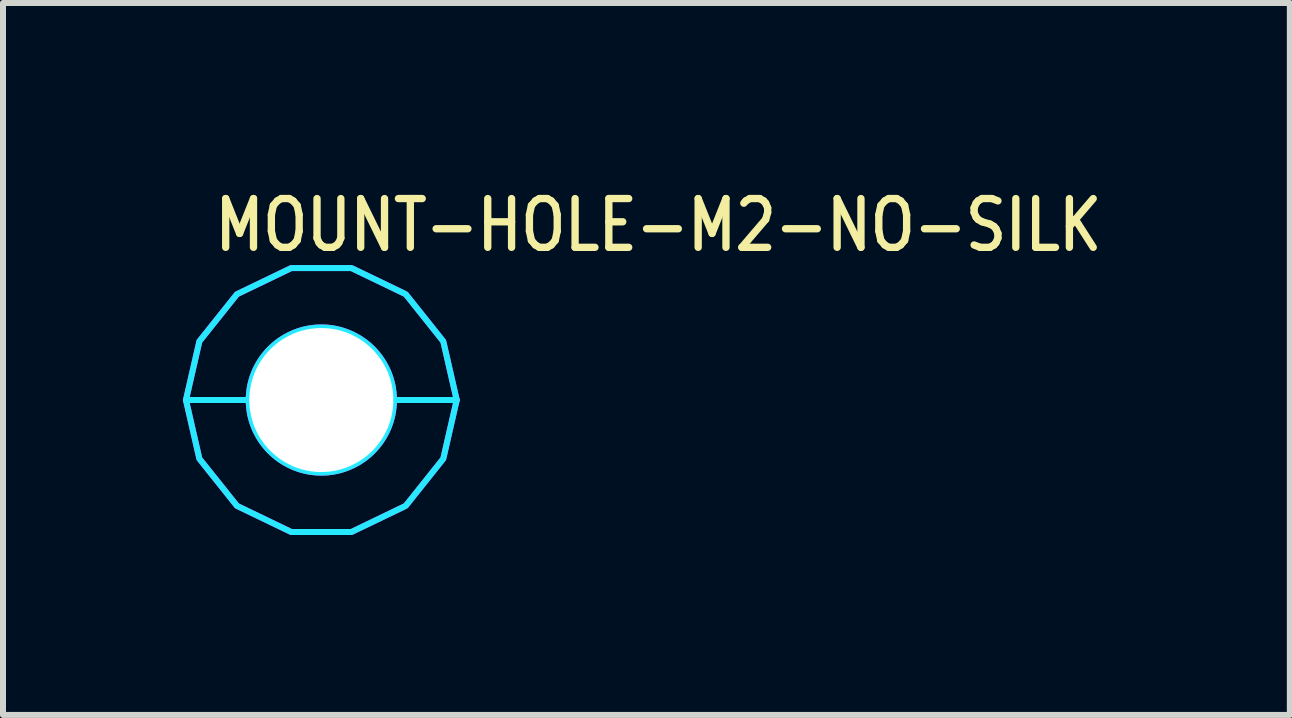
<source format=kicad_pcb>
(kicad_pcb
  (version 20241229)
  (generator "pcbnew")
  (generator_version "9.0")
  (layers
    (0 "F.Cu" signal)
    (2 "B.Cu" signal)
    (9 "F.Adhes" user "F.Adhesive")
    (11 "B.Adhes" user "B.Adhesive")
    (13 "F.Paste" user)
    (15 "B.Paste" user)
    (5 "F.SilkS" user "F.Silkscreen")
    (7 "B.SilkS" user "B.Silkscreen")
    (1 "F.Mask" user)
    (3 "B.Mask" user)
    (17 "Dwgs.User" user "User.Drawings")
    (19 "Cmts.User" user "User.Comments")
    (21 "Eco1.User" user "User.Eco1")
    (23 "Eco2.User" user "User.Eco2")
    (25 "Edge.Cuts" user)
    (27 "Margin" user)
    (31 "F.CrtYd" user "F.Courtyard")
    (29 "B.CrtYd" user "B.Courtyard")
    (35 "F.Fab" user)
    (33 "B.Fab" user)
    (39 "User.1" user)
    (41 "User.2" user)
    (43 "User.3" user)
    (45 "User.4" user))
  (footprint "MOUNT-HOLE-M2-NO-SILK"
    (layer "F.Cu")
    (at 2.307 3.619)
    (property "Reference" "MOUNT-HOLE-M2-NO-SILK" (at -1.84 -2.44 0) (unlocked yes) (layer "F.SilkS") (effects (font (size 0.813 0.695) (thickness 0.122)) (justify left bottom)))
    (fp_circle (center 0 0) (end 2.1 0) (stroke (width 0) (type solid)) (fill yes) (layer "F.Mask"))
    (fp_circle (center 0 0) (end 2.2 0) (stroke (width 0) (type solid)) (fill yes) (layer "F.Mask"))
    (fp_circle (center 0 0) (end 2.2 0) (stroke (width 0) (type solid)) (fill yes) (layer "F.Mask"))
    (fp_circle (center 0 0) (end 2.1 0) (stroke (width 0) (type solid)) (fill yes) (layer "B.Mask"))
    (fp_circle (center 0 0) (end 2.2 0) (stroke (width 0) (type solid)) (fill yes) (layer "B.Mask"))
    (fp_poly (pts (xy -2.257 0) (xy -2.033 -0.979) (xy -1.407 -1.764) (xy -0.502 -2.2) (xy 0.502 -2.2) (xy 1.407 -1.764) (xy 2.033 -0.979) (xy 2.257 0) (xy 1.21 0) (xy 1.21 -0.000078) (xy 1.21 -0.019) (xy 1.21 -0.019) (xy 1.209 -0.038) (xy 1.209 -0.038) (xy 1.209 -0.057) (xy 1.209 -0.057) (xy 1.208 -0.076) (xy 1.208 -0.076) (xy 1.206 -0.095) (xy 1.206 -0.095) (xy 1.205 -0.114) (xy 1.205 -0.114) (xy 1.203 -0.133) (xy 1.203 -0.133) (xy 1.2 -0.152) (xy 1.2 -0.152) (xy 1.198 -0.17) (xy 1.198 -0.171) (xy 1.195 -0.189) (xy 1.195 -0.189) (xy 1.192 -0.208) (xy 1.192 -0.208) (xy 1.189 -0.227) (xy 1.189 -0.227) (xy 1.185 -0.245) (xy 1.185 -0.245) (xy 1.181 -0.264) (xy 1.181 -0.264) (xy 1.177 -0.282) (xy 1.177 -0.283) (xy 1.172 -0.301) (xy 1.172 -0.301) (xy 1.167 -0.319) (xy 1.167 -0.319) (xy 1.162 -0.338) (xy 1.162 -0.338) (xy 1.157 -0.356) (xy 1.156 -0.356) (xy 1.151 -0.374) (xy 1.151 -0.374) (xy 1.145 -0.392) (xy 1.145 -0.392) (xy 1.138 -0.41) (xy 1.138 -0.41) (xy 1.132 -0.428) (xy 1.132 -0.428) (xy 1.125 -0.445) (xy 1.125 -0.446) (xy 1.118 -0.463) (xy 1.118 -0.463) (xy 1.111 -0.48) (xy 1.11 -0.481) (xy 1.103 -0.498) (xy 1.103 -0.498) (xy 1.095 -0.515) (xy 1.095 -0.515) (xy 1.087 -0.532) (xy 1.087 -0.532) (xy 1.078 -0.549) (xy 1.078 -0.549) (xy 1.069 -0.566) (xy 1.069 -0.566) (xy 1.06 -0.583) (xy 1.06 -0.583) (xy 1.051 -0.599) (xy 1.051 -0.6) (xy 1.042 -0.616) (xy 1.041 -0.616) (xy 1.032 -0.632) (xy 1.032 -0.632) (xy 1.022 -0.648) (xy 1.022 -0.648) (xy 1.011 -0.664) (xy 1.011 -0.664) (xy 1.001 -0.68) (xy 1.001 -0.68) (xy 0.99 -0.696) (xy 0.99 -0.696) (xy 0.979 -0.711) (xy 0.979 -0.711) (xy 0.968 -0.726) (xy 0.968 -0.727) (xy 0.956 -0.742) (xy 0.956 -0.742) (xy 0.944 -0.756) (xy 0.944 -0.757) (xy 0.932 -0.771) (xy 0.932 -0.771) (xy 0.92 -0.786) (xy 0.92 -0.786) (xy 0.908 -0.8) (xy 0.908 -0.8) (xy 0.895 -0.814) (xy 0.895 -0.814) (xy 0.882 -0.828) (xy 0.882 -0.828) (xy 0.869 -0.842) (xy 0.869 -0.842) (xy 0.856 -0.856) (xy 0.856 -0.856) (xy 0.842 -0.869) (xy 0.842 -0.869) (xy 0.828 -0.882) (xy 0.828 -0.882) (xy 0.814 -0.895) (xy 0.814 -0.895) (xy 0.8 -0.908) (xy 0.8 -0.908) (xy 0.786 -0.92) (xy 0.786 -0.92) (xy 0.771 -0.932) (xy 0.771 -0.932) (xy 0.757 -0.944) (xy 0.756 -0.944) (xy 0.742 -0.956) (xy 0.742 -0.956) (xy 0.727 -0.968) (xy 0.726 -0.968) (xy 0.711 -0.979) (xy 0.711 -0.979) (xy 0.696 -0.99) (xy 0.696 -0.99) (xy 0.68 -1.001) (xy 0.68 -1.001) (xy 0.664 -1.011) (xy 0.664 -1.011) (xy 0.648 -1.022) (xy 0.648 -1.022) (xy 0.632 -1.032) (xy 0.632 -1.032) (xy 0.616 -1.041) (xy 0.616 -1.042) (xy 0.6 -1.051) (xy 0.599 -1.051) (xy 0.583 -1.06) (xy 0.583 -1.06) (xy 0.566 -1.069) (xy 0.566 -1.069) (xy 0.549 -1.078) (xy 0.549 -1.078) (xy 0.532 -1.087) (xy 0.532 -1.087) (xy 0.515 -1.095) (xy 0.515 -1.095) (xy 0.498 -1.103) (xy 0.498 -1.103) (xy 0.481 -1.11) (xy 0.48 -1.111) (xy 0.463 -1.118) (xy 0.463 -1.118) (xy 0.446 -1.125) (xy 0.445 -1.125) (xy 0.428 -1.132) (xy 0.428 -1.132) (xy 0.41 -1.138) (xy 0.41 -1.138) (xy 0.392 -1.145) (xy 0.392 -1.145) (xy 0.374 -1.151) (xy 0.374 -1.151) (xy 0.356 -1.156) (xy 0.356 -1.157) (xy 0.338 -1.162) (xy 0.338 -1.162) (xy 0.319 -1.167) (xy 0.319 -1.167) (xy 0.301 -1.172) (xy 0.301 -1.172) (xy 0.283 -1.177) (xy 0.282 -1.177) (xy 0.264 -1.181) (xy 0.264 -1.181) (xy 0.245 -1.185) (xy 0.245 -1.185) (xy 0.227 -1.189) (xy 0.227 -1.189) (xy 0.208 -1.192) (xy 0.208 -1.192) (xy 0.189 -1.195) (xy 0.189 -1.195) (xy 0.171 -1.198) (xy 0.17 -1.198) (xy 0.152 -1.2) (xy 0.152 -1.2) (xy 0.133 -1.203) (xy 0.133 -1.203) (xy 0.114 -1.205) (xy 0.114 -1.205) (xy 0.095 -1.206) (xy 0.095 -1.206) (xy 0.076 -1.208) (xy 0.076 -1.208) (xy 0.057 -1.209) (xy 0.057 -1.209) (xy 0.038 -1.209) (xy 0.038 -1.209) (xy 0.019 -1.21) (xy 0.019 -1.21) (xy 0.000078 -1.21) (xy -0.000078 -1.21) (xy -0.019 -1.21) (xy -0.019 -1.21) (xy -0.038 -1.209) (xy -0.038 -1.209) (xy -0.057 -1.209) (xy -0.057 -1.209) (xy -0.076 -1.208) (xy -0.076 -1.208) (xy -0.095 -1.206) (xy -0.095 -1.206) (xy -0.114 -1.205) (xy -0.114 -1.205) (xy -0.133 -1.203) (xy -0.133 -1.203) (xy -0.152 -1.2) (xy -0.152 -1.2) (xy -0.17 -1.198) (xy -0.171 -1.198) (xy -0.189 -1.195) (xy -0.189 -1.195) (xy -0.208 -1.192) (xy -0.208 -1.192) (xy -0.227 -1.189) (xy -0.227 -1.189) (xy -0.245 -1.185) (xy -0.245 -1.185) (xy -0.264 -1.181) (xy -0.264 -1.181) (xy -0.282 -1.177) (xy -0.283 -1.177) (xy -0.301 -1.172) (xy -0.301 -1.172) (xy -0.319 -1.167) (xy -0.319 -1.167) (xy -0.338 -1.162) (xy -0.338 -1.162) (xy -0.356 -1.157) (xy -0.356 -1.156) (xy -0.374 -1.151) (xy -0.374 -1.151) (xy -0.392 -1.145) (xy -0.392 -1.145) (xy -0.41 -1.138) (xy -0.41 -1.138) (xy -0.428 -1.132) (xy -0.428 -1.132) (xy -0.445 -1.125) (xy -0.446 -1.125) (xy -0.463 -1.118) (xy -0.463 -1.118) (xy -0.48 -1.111) (xy -0.481 -1.11) (xy -0.498 -1.103) (xy -0.498 -1.103) (xy -0.515 -1.095) (xy -0.515 -1.095) (xy -0.532 -1.087) (xy -0.532 -1.087) (xy -0.549 -1.078) (xy -0.549 -1.078) (xy -0.566 -1.069) (xy -0.566 -1.069) (xy -0.583 -1.06) (xy -0.583 -1.06) (xy -0.599 -1.051) (xy -0.6 -1.051) (xy -0.616 -1.042) (xy -0.616 -1.041) (xy -0.632 -1.032) (xy -0.632 -1.032) (xy -0.648 -1.022) (xy -0.648 -1.022) (xy -0.664 -1.011) (xy -0.664 -1.011) (xy -0.68 -1.001) (xy -0.68 -1.001) (xy -0.696 -0.99) (xy -0.696 -0.99) (xy -0.711 -0.979) (xy -0.711 -0.979) (xy -0.726 -0.968) (xy -0.727 -0.968) (xy -0.742 -0.956) (xy -0.742 -0.956) (xy -0.756 -0.944) (xy -0.757 -0.944) (xy -0.771 -0.932) (xy -0.771 -0.932) (xy -0.786 -0.92) (xy -0.786 -0.92) (xy -0.8 -0.908) (xy -0.8 -0.908) (xy -0.814 -0.895) (xy -0.814 -0.895) (xy -0.828 -0.882) (xy -0.828 -0.882) (xy -0.842 -0.869) (xy -0.842 -0.869) (xy -0.856 -0.856) (xy -0.856 -0.856) (xy -0.869 -0.842) (xy -0.869 -0.842) (xy -0.882 -0.828) (xy -0.882 -0.828) (xy -0.895 -0.814) (xy -0.895 -0.814) (xy -0.908 -0.8) (xy -0.908 -0.8) (xy -0.92 -0.786) (xy -0.92 -0.786) (xy -0.932 -0.771) (xy -0.932 -0.771) (xy -0.944 -0.757) (xy -0.944 -0.756) (xy -0.956 -0.742) (xy -0.956 -0.742) (xy -0.968 -0.727) (xy -0.968 -0.726) (xy -0.979 -0.711) (xy -0.979 -0.711) (xy -0.99 -0.696) (xy -0.99 -0.696) (xy -1.001 -0.68) (xy -1.001 -0.68) (xy -1.011 -0.664) (xy -1.011 -0.664) (xy -1.022 -0.648) (xy -1.022 -0.648) (xy -1.032 -0.632) (xy -1.032 -0.632) (xy -1.041 -0.616) (xy -1.042 -0.616) (xy -1.051 -0.6) (xy -1.051 -0.599) (xy -1.06 -0.583) (xy -1.06 -0.583) (xy -1.069 -0.566) (xy -1.069 -0.566) (xy -1.078 -0.549) (xy -1.078 -0.549) (xy -1.087 -0.532) (xy -1.087 -0.532) (xy -1.095 -0.515) (xy -1.095 -0.515) (xy -1.103 -0.498) (xy -1.103 -0.498) (xy -1.11 -0.481) (xy -1.111 -0.48) (xy -1.118 -0.463) (xy -1.118 -0.463) (xy -1.125 -0.446) (xy -1.125 -0.445) (xy -1.132 -0.428) (xy -1.132 -0.428) (xy -1.138 -0.41) (xy -1.138 -0.41) (xy -1.145 -0.392) (xy -1.145 -0.392) (xy -1.151 -0.374) (xy -1.151 -0.374) (xy -1.156 -0.356) (xy -1.157 -0.356) (xy -1.162 -0.338) (xy -1.162 -0.338) (xy -1.167 -0.319) (xy -1.167 -0.319) (xy -1.172 -0.301) (xy -1.172 -0.301) (xy -1.177 -0.283) (xy -1.177 -0.282) (xy -1.181 -0.264) (xy -1.181 -0.264) (xy -1.185 -0.245) (xy -1.185 -0.245) (xy -1.189 -0.227) (xy -1.189 -0.227) (xy -1.192 -0.208) (xy -1.192 -0.208) (xy -1.195 -0.189) (xy -1.195 -0.189) (xy -1.198 -0.171) (xy -1.198 -0.17) (xy -1.2 -0.152) (xy -1.2 -0.152) (xy -1.203 -0.133) (xy -1.203 -0.133) (xy -1.205 -0.114) (xy -1.205 -0.114) (xy -1.206 -0.095) (xy -1.206 -0.095) (xy -1.208 -0.076) (xy -1.208 -0.076) (xy -1.209 -0.057) (xy -1.209 -0.057) (xy -1.209 -0.038) (xy -1.209 -0.038) (xy -1.21 -0.019) (xy -1.21 -0.019) (xy -1.21 -0.000078) (xy -1.21 0)) (stroke (width 0.1) (type solid)) (fill no) (layer "B.CrtYd"))
    (fp_poly (pts (xy 2.033 0.979) (xy 1.407 1.764) (xy 0.502 2.2) (xy -0.502 2.2) (xy -1.407 1.764) (xy -2.033 0.979) (xy -2.257 0) (xy -1.21 0) (xy -1.21 0.000078) (xy -1.21 0.019) (xy -1.21 0.019) (xy -1.209 0.038) (xy -1.209 0.038) (xy -1.209 0.057) (xy -1.209 0.057) (xy -1.208 0.076) (xy -1.208 0.076) (xy -1.206 0.095) (xy -1.206 0.095) (xy -1.205 0.114) (xy -1.205 0.114) (xy -1.203 0.133) (xy -1.203 0.133) (xy -1.2 0.152) (xy -1.2 0.152) (xy -1.198 0.17) (xy -1.198 0.171) (xy -1.195 0.189) (xy -1.195 0.189) (xy -1.192 0.208) (xy -1.192 0.208) (xy -1.189 0.227) (xy -1.189 0.227) (xy -1.185 0.245) (xy -1.185 0.245) (xy -1.181 0.264) (xy -1.181 0.264) (xy -1.177 0.282) (xy -1.177 0.283) (xy -1.172 0.301) (xy -1.172 0.301) (xy -1.167 0.319) (xy -1.167 0.319) (xy -1.162 0.338) (xy -1.162 0.338) (xy -1.157 0.356) (xy -1.156 0.356) (xy -1.151 0.374) (xy -1.151 0.374) (xy -1.145 0.392) (xy -1.145 0.392) (xy -1.138 0.41) (xy -1.138 0.41) (xy -1.132 0.428) (xy -1.132 0.428) (xy -1.125 0.445) (xy -1.125 0.446) (xy -1.118 0.463) (xy -1.118 0.463) (xy -1.111 0.48) (xy -1.11 0.481) (xy -1.103 0.498) (xy -1.103 0.498) (xy -1.095 0.515) (xy -1.095 0.515) (xy -1.087 0.532) (xy -1.087 0.532) (xy -1.078 0.549) (xy -1.078 0.549) (xy -1.069 0.566) (xy -1.069 0.566) (xy -1.06 0.583) (xy -1.06 0.583) (xy -1.051 0.599) (xy -1.051 0.6) (xy -1.042 0.616) (xy -1.041 0.616) (xy -1.032 0.632) (xy -1.032 0.632) (xy -1.022 0.648) (xy -1.022 0.648) (xy -1.011 0.664) (xy -1.011 0.664) (xy -1.001 0.68) (xy -1.001 0.68) (xy -0.99 0.696) (xy -0.99 0.696) (xy -0.979 0.711) (xy -0.979 0.711) (xy -0.968 0.726) (xy -0.968 0.727) (xy -0.956 0.742) (xy -0.956 0.742) (xy -0.944 0.756) (xy -0.944 0.757) (xy -0.932 0.771) (xy -0.932 0.771) (xy -0.92 0.786) (xy -0.92 0.786) (xy -0.908 0.8) (xy -0.908 0.8) (xy -0.895 0.814) (xy -0.895 0.814) (xy -0.882 0.828) (xy -0.882 0.828) (xy -0.869 0.842) (xy -0.869 0.842) (xy -0.856 0.856) (xy -0.856 0.856) (xy -0.842 0.869) (xy -0.842 0.869) (xy -0.828 0.882) (xy -0.828 0.882) (xy -0.814 0.895) (xy -0.814 0.895) (xy -0.8 0.908) (xy -0.8 0.908) (xy -0.786 0.92) (xy -0.786 0.92) (xy -0.771 0.932) (xy -0.771 0.932) (xy -0.757 0.944) (xy -0.756 0.944) (xy -0.742 0.956) (xy -0.742 0.956) (xy -0.727 0.968) (xy -0.726 0.968) (xy -0.711 0.979) (xy -0.711 0.979) (xy -0.696 0.99) (xy -0.696 0.99) (xy -0.68 1.001) (xy -0.68 1.001) (xy -0.664 1.011) (xy -0.664 1.011) (xy -0.648 1.022) (xy -0.648 1.022) (xy -0.632 1.032) (xy -0.632 1.032) (xy -0.616 1.041) (xy -0.616 1.042) (xy -0.6 1.051) (xy -0.599 1.051) (xy -0.583 1.06) (xy -0.583 1.06) (xy -0.566 1.069) (xy -0.566 1.069) (xy -0.549 1.078) (xy -0.549 1.078) (xy -0.532 1.087) (xy -0.532 1.087) (xy -0.515 1.095) (xy -0.515 1.095) (xy -0.498 1.103) (xy -0.498 1.103) (xy -0.481 1.11) (xy -0.48 1.111) (xy -0.463 1.118) (xy -0.463 1.118) (xy -0.446 1.125) (xy -0.445 1.125) (xy -0.428 1.132) (xy -0.428 1.132) (xy -0.41 1.138) (xy -0.41 1.138) (xy -0.392 1.145) (xy -0.392 1.145) (xy -0.374 1.151) (xy -0.374 1.151) (xy -0.356 1.156) (xy -0.356 1.157) (xy -0.338 1.162) (xy -0.338 1.162) (xy -0.319 1.167) (xy -0.319 1.167) (xy -0.301 1.172) (xy -0.301 1.172) (xy -0.283 1.177) (xy -0.282 1.177) (xy -0.264 1.181) (xy -0.264 1.181) (xy -0.245 1.185) (xy -0.245 1.185) (xy -0.227 1.189) (xy -0.227 1.189) (xy -0.208 1.192) (xy -0.208 1.192) (xy -0.189 1.195) (xy -0.189 1.195) (xy -0.171 1.198) (xy -0.17 1.198) (xy -0.152 1.2) (xy -0.152 1.2) (xy -0.133 1.203) (xy -0.133 1.203) (xy -0.114 1.205) (xy -0.114 1.205) (xy -0.095 1.206) (xy -0.095 1.206) (xy -0.076 1.208) (xy -0.076 1.208) (xy -0.057 1.209) (xy -0.057 1.209) (xy -0.038 1.209) (xy -0.038 1.209) (xy -0.019 1.21) (xy -0.019 1.21) (xy -0.000078 1.21) (xy 0.000078 1.21) (xy 0.019 1.21) (xy 0.019 1.21) (xy 0.038 1.209) (xy 0.038 1.209) (xy 0.057 1.209) (xy 0.057 1.209) (xy 0.076 1.208) (xy 0.076 1.208) (xy 0.095 1.206) (xy 0.095 1.206) (xy 0.114 1.205) (xy 0.114 1.205) (xy 0.133 1.203) (xy 0.133 1.203) (xy 0.152 1.2) (xy 0.152 1.2) (xy 0.17 1.198) (xy 0.171 1.198) (xy 0.189 1.195) (xy 0.189 1.195) (xy 0.208 1.192) (xy 0.208 1.192) (xy 0.227 1.189) (xy 0.227 1.189) (xy 0.245 1.185) (xy 0.245 1.185) (xy 0.264 1.181) (xy 0.264 1.181) (xy 0.282 1.177) (xy 0.283 1.177) (xy 0.301 1.172) (xy 0.301 1.172) (xy 0.319 1.167) (xy 0.319 1.167) (xy 0.338 1.162) (xy 0.338 1.162) (xy 0.356 1.157) (xy 0.356 1.156) (xy 0.374 1.151) (xy 0.374 1.151) (xy 0.392 1.145) (xy 0.392 1.145) (xy 0.41 1.138) (xy 0.41 1.138) (xy 0.428 1.132) (xy 0.428 1.132) (xy 0.445 1.125) (xy 0.446 1.125) (xy 0.463 1.118) (xy 0.463 1.118) (xy 0.48 1.111) (xy 0.481 1.11) (xy 0.498 1.103) (xy 0.498 1.103) (xy 0.515 1.095) (xy 0.515 1.095) (xy 0.532 1.087) (xy 0.532 1.087) (xy 0.549 1.078) (xy 0.549 1.078) (xy 0.566 1.069) (xy 0.566 1.069) (xy 0.583 1.06) (xy 0.583 1.06) (xy 0.599 1.051) (xy 0.6 1.051) (xy 0.616 1.042) (xy 0.616 1.041) (xy 0.632 1.032) (xy 0.632 1.032) (xy 0.648 1.022) (xy 0.648 1.022) (xy 0.664 1.011) (xy 0.664 1.011) (xy 0.68 1.001) (xy 0.68 1.001) (xy 0.696 0.99) (xy 0.696 0.99) (xy 0.711 0.979) (xy 0.711 0.979) (xy 0.726 0.968) (xy 0.727 0.968) (xy 0.742 0.956) (xy 0.742 0.956) (xy 0.756 0.944) (xy 0.757 0.944) (xy 0.771 0.932) (xy 0.771 0.932) (xy 0.786 0.92) (xy 0.786 0.92) (xy 0.8 0.908) (xy 0.8 0.908) (xy 0.814 0.895) (xy 0.814 0.895) (xy 0.828 0.882) (xy 0.828 0.882) (xy 0.842 0.869) (xy 0.842 0.869) (xy 0.856 0.856) (xy 0.856 0.856) (xy 0.869 0.842) (xy 0.869 0.842) (xy 0.882 0.828) (xy 0.882 0.828) (xy 0.895 0.814) (xy 0.895 0.814) (xy 0.908 0.8) (xy 0.908 0.8) (xy 0.92 0.786) (xy 0.92 0.786) (xy 0.932 0.771) (xy 0.932 0.771) (xy 0.944 0.757) (xy 0.944 0.756) (xy 0.956 0.742) (xy 0.956 0.742) (xy 0.968 0.727) (xy 0.968 0.726) (xy 0.979 0.711) (xy 0.979 0.711) (xy 0.99 0.696) (xy 0.99 0.696) (xy 1.001 0.68) (xy 1.001 0.68) (xy 1.011 0.664) (xy 1.011 0.664) (xy 1.022 0.648) (xy 1.022 0.648) (xy 1.032 0.632) (xy 1.032 0.632) (xy 1.041 0.616) (xy 1.042 0.616) (xy 1.051 0.6) (xy 1.051 0.599) (xy 1.06 0.583) (xy 1.06 0.583) (xy 1.069 0.566) (xy 1.069 0.566) (xy 1.078 0.549) (xy 1.078 0.549) (xy 1.087 0.532) (xy 1.087 0.532) (xy 1.095 0.515) (xy 1.095 0.515) (xy 1.103 0.498) (xy 1.103 0.498) (xy 1.11 0.481) (xy 1.111 0.48) (xy 1.118 0.463) (xy 1.118 0.463) (xy 1.125 0.446) (xy 1.125 0.445) (xy 1.132 0.428) (xy 1.132 0.428) (xy 1.138 0.41) (xy 1.138 0.41) (xy 1.145 0.392) (xy 1.145 0.392) (xy 1.151 0.374) (xy 1.151 0.374) (xy 1.156 0.356) (xy 1.157 0.356) (xy 1.162 0.338) (xy 1.162 0.338) (xy 1.167 0.319) (xy 1.167 0.319) (xy 1.172 0.301) (xy 1.172 0.301) (xy 1.177 0.283) (xy 1.177 0.282) (xy 1.181 0.264) (xy 1.181 0.264) (xy 1.185 0.245) (xy 1.185 0.245) (xy 1.189 0.227) (xy 1.189 0.227) (xy 1.192 0.208) (xy 1.192 0.208) (xy 1.195 0.189) (xy 1.195 0.189) (xy 1.198 0.171) (xy 1.198 0.17) (xy 1.2 0.152) (xy 1.2 0.152) (xy 1.203 0.133) (xy 1.203 0.133) (xy 1.205 0.114) (xy 1.205 0.114) (xy 1.206 0.095) (xy 1.206 0.095) (xy 1.208 0.076) (xy 1.208 0.076) (xy 1.209 0.057) (xy 1.209 0.057) (xy 1.209 0.038) (xy 1.209 0.038) (xy 1.21 0.019) (xy 1.21 0.019) (xy 1.21 0.000078) (xy 1.21 0) (xy 2.257 0)) (stroke (width 0.1) (type solid)) (fill no) (layer "B.CrtYd"))
    (fp_poly (pts (xy -2.257 0) (xy -2.033 -0.979) (xy -1.407 -1.764) (xy -0.502 -2.2) (xy 0.502 -2.2) (xy 1.407 -1.764) (xy 2.033 -0.979) (xy 2.257 0) (xy 1.21 0) (xy 1.21 -0.000078) (xy 1.21 -0.019) (xy 1.21 -0.019) (xy 1.209 -0.038) (xy 1.209 -0.038) (xy 1.209 -0.057) (xy 1.209 -0.057) (xy 1.208 -0.076) (xy 1.208 -0.076) (xy 1.206 -0.095) (xy 1.206 -0.095) (xy 1.205 -0.114) (xy 1.205 -0.114) (xy 1.203 -0.133) (xy 1.203 -0.133) (xy 1.2 -0.152) (xy 1.2 -0.152) (xy 1.198 -0.17) (xy 1.198 -0.171) (xy 1.195 -0.189) (xy 1.195 -0.189) (xy 1.192 -0.208) (xy 1.192 -0.208) (xy 1.189 -0.227) (xy 1.189 -0.227) (xy 1.185 -0.245) (xy 1.185 -0.245) (xy 1.181 -0.264) (xy 1.181 -0.264) (xy 1.177 -0.282) (xy 1.177 -0.283) (xy 1.172 -0.301) (xy 1.172 -0.301) (xy 1.167 -0.319) (xy 1.167 -0.319) (xy 1.162 -0.338) (xy 1.162 -0.338) (xy 1.157 -0.356) (xy 1.156 -0.356) (xy 1.151 -0.374) (xy 1.151 -0.374) (xy 1.145 -0.392) (xy 1.145 -0.392) (xy 1.138 -0.41) (xy 1.138 -0.41) (xy 1.132 -0.428) (xy 1.132 -0.428) (xy 1.125 -0.445) (xy 1.125 -0.446) (xy 1.118 -0.463) (xy 1.118 -0.463) (xy 1.111 -0.48) (xy 1.11 -0.481) (xy 1.103 -0.498) (xy 1.103 -0.498) (xy 1.095 -0.515) (xy 1.095 -0.515) (xy 1.087 -0.532) (xy 1.087 -0.532) (xy 1.078 -0.549) (xy 1.078 -0.549) (xy 1.069 -0.566) (xy 1.069 -0.566) (xy 1.06 -0.583) (xy 1.06 -0.583) (xy 1.051 -0.599) (xy 1.051 -0.6) (xy 1.042 -0.616) (xy 1.041 -0.616) (xy 1.032 -0.632) (xy 1.032 -0.632) (xy 1.022 -0.648) (xy 1.022 -0.648) (xy 1.011 -0.664) (xy 1.011 -0.664) (xy 1.001 -0.68) (xy 1.001 -0.68) (xy 0.99 -0.696) (xy 0.99 -0.696) (xy 0.979 -0.711) (xy 0.979 -0.711) (xy 0.968 -0.726) (xy 0.968 -0.727) (xy 0.956 -0.742) (xy 0.956 -0.742) (xy 0.944 -0.756) (xy 0.944 -0.757) (xy 0.932 -0.771) (xy 0.932 -0.771) (xy 0.92 -0.786) (xy 0.92 -0.786) (xy 0.908 -0.8) (xy 0.908 -0.8) (xy 0.895 -0.814) (xy 0.895 -0.814) (xy 0.882 -0.828) (xy 0.882 -0.828) (xy 0.869 -0.842) (xy 0.869 -0.842) (xy 0.856 -0.856) (xy 0.856 -0.856) (xy 0.842 -0.869) (xy 0.842 -0.869) (xy 0.828 -0.882) (xy 0.828 -0.882) (xy 0.814 -0.895) (xy 0.814 -0.895) (xy 0.8 -0.908) (xy 0.8 -0.908) (xy 0.786 -0.92) (xy 0.786 -0.92) (xy 0.771 -0.932) (xy 0.771 -0.932) (xy 0.757 -0.944) (xy 0.756 -0.944) (xy 0.742 -0.956) (xy 0.742 -0.956) (xy 0.727 -0.968) (xy 0.726 -0.968) (xy 0.711 -0.979) (xy 0.711 -0.979) (xy 0.696 -0.99) (xy 0.696 -0.99) (xy 0.68 -1.001) (xy 0.68 -1.001) (xy 0.664 -1.011) (xy 0.664 -1.011) (xy 0.648 -1.022) (xy 0.648 -1.022) (xy 0.632 -1.032) (xy 0.632 -1.032) (xy 0.616 -1.041) (xy 0.616 -1.042) (xy 0.6 -1.051) (xy 0.599 -1.051) (xy 0.583 -1.06) (xy 0.583 -1.06) (xy 0.566 -1.069) (xy 0.566 -1.069) (xy 0.549 -1.078) (xy 0.549 -1.078) (xy 0.532 -1.087) (xy 0.532 -1.087) (xy 0.515 -1.095) (xy 0.515 -1.095) (xy 0.498 -1.103) (xy 0.498 -1.103) (xy 0.481 -1.11) (xy 0.48 -1.111) (xy 0.463 -1.118) (xy 0.463 -1.118) (xy 0.446 -1.125) (xy 0.445 -1.125) (xy 0.428 -1.132) (xy 0.428 -1.132) (xy 0.41 -1.138) (xy 0.41 -1.138) (xy 0.392 -1.145) (xy 0.392 -1.145) (xy 0.374 -1.151) (xy 0.374 -1.151) (xy 0.356 -1.156) (xy 0.356 -1.157) (xy 0.338 -1.162) (xy 0.338 -1.162) (xy 0.319 -1.167) (xy 0.319 -1.167) (xy 0.301 -1.172) (xy 0.301 -1.172) (xy 0.283 -1.177) (xy 0.282 -1.177) (xy 0.264 -1.181) (xy 0.264 -1.181) (xy 0.245 -1.185) (xy 0.245 -1.185) (xy 0.227 -1.189) (xy 0.227 -1.189) (xy 0.208 -1.192) (xy 0.208 -1.192) (xy 0.189 -1.195) (xy 0.189 -1.195) (xy 0.171 -1.198) (xy 0.17 -1.198) (xy 0.152 -1.2) (xy 0.152 -1.2) (xy 0.133 -1.203) (xy 0.133 -1.203) (xy 0.114 -1.205) (xy 0.114 -1.205) (xy 0.095 -1.206) (xy 0.095 -1.206) (xy 0.076 -1.208) (xy 0.076 -1.208) (xy 0.057 -1.209) (xy 0.057 -1.209) (xy 0.038 -1.209) (xy 0.038 -1.209) (xy 0.019 -1.21) (xy 0.019 -1.21) (xy 0.000078 -1.21) (xy -0.000078 -1.21) (xy -0.019 -1.21) (xy -0.019 -1.21) (xy -0.038 -1.209) (xy -0.038 -1.209) (xy -0.057 -1.209) (xy -0.057 -1.209) (xy -0.076 -1.208) (xy -0.076 -1.208) (xy -0.095 -1.206) (xy -0.095 -1.206) (xy -0.114 -1.205) (xy -0.114 -1.205) (xy -0.133 -1.203) (xy -0.133 -1.203) (xy -0.152 -1.2) (xy -0.152 -1.2) (xy -0.17 -1.198) (xy -0.171 -1.198) (xy -0.189 -1.195) (xy -0.189 -1.195) (xy -0.208 -1.192) (xy -0.208 -1.192) (xy -0.227 -1.189) (xy -0.227 -1.189) (xy -0.245 -1.185) (xy -0.245 -1.185) (xy -0.264 -1.181) (xy -0.264 -1.181) (xy -0.282 -1.177) (xy -0.283 -1.177) (xy -0.301 -1.172) (xy -0.301 -1.172) (xy -0.319 -1.167) (xy -0.319 -1.167) (xy -0.338 -1.162) (xy -0.338 -1.162) (xy -0.356 -1.157) (xy -0.356 -1.156) (xy -0.374 -1.151) (xy -0.374 -1.151) (xy -0.392 -1.145) (xy -0.392 -1.145) (xy -0.41 -1.138) (xy -0.41 -1.138) (xy -0.428 -1.132) (xy -0.428 -1.132) (xy -0.445 -1.125) (xy -0.446 -1.125) (xy -0.463 -1.118) (xy -0.463 -1.118) (xy -0.48 -1.111) (xy -0.481 -1.11) (xy -0.498 -1.103) (xy -0.498 -1.103) (xy -0.515 -1.095) (xy -0.515 -1.095) (xy -0.532 -1.087) (xy -0.532 -1.087) (xy -0.549 -1.078) (xy -0.549 -1.078) (xy -0.566 -1.069) (xy -0.566 -1.069) (xy -0.583 -1.06) (xy -0.583 -1.06) (xy -0.599 -1.051) (xy -0.6 -1.051) (xy -0.616 -1.042) (xy -0.616 -1.041) (xy -0.632 -1.032) (xy -0.632 -1.032) (xy -0.648 -1.022) (xy -0.648 -1.022) (xy -0.664 -1.011) (xy -0.664 -1.011) (xy -0.68 -1.001) (xy -0.68 -1.001) (xy -0.696 -0.99) (xy -0.696 -0.99) (xy -0.711 -0.979) (xy -0.711 -0.979) (xy -0.726 -0.968) (xy -0.727 -0.968) (xy -0.742 -0.956) (xy -0.742 -0.956) (xy -0.756 -0.944) (xy -0.757 -0.944) (xy -0.771 -0.932) (xy -0.771 -0.932) (xy -0.786 -0.92) (xy -0.786 -0.92) (xy -0.8 -0.908) (xy -0.8 -0.908) (xy -0.814 -0.895) (xy -0.814 -0.895) (xy -0.828 -0.882) (xy -0.828 -0.882) (xy -0.842 -0.869) (xy -0.842 -0.869) (xy -0.856 -0.856) (xy -0.856 -0.856) (xy -0.869 -0.842) (xy -0.869 -0.842) (xy -0.882 -0.828) (xy -0.882 -0.828) (xy -0.895 -0.814) (xy -0.895 -0.814) (xy -0.908 -0.8) (xy -0.908 -0.8) (xy -0.92 -0.786) (xy -0.92 -0.786) (xy -0.932 -0.771) (xy -0.932 -0.771) (xy -0.944 -0.757) (xy -0.944 -0.756) (xy -0.956 -0.742) (xy -0.956 -0.742) (xy -0.968 -0.727) (xy -0.968 -0.726) (xy -0.979 -0.711) (xy -0.979 -0.711) (xy -0.99 -0.696) (xy -0.99 -0.696) (xy -1.001 -0.68) (xy -1.001 -0.68) (xy -1.011 -0.664) (xy -1.011 -0.664) (xy -1.022 -0.648) (xy -1.022 -0.648) (xy -1.032 -0.632) (xy -1.032 -0.632) (xy -1.041 -0.616) (xy -1.042 -0.616) (xy -1.051 -0.6) (xy -1.051 -0.599) (xy -1.06 -0.583) (xy -1.06 -0.583) (xy -1.069 -0.566) (xy -1.069 -0.566) (xy -1.078 -0.549) (xy -1.078 -0.549) (xy -1.087 -0.532) (xy -1.087 -0.532) (xy -1.095 -0.515) (xy -1.095 -0.515) (xy -1.103 -0.498) (xy -1.103 -0.498) (xy -1.11 -0.481) (xy -1.111 -0.48) (xy -1.118 -0.463) (xy -1.118 -0.463) (xy -1.125 -0.446) (xy -1.125 -0.445) (xy -1.132 -0.428) (xy -1.132 -0.428) (xy -1.138 -0.41) (xy -1.138 -0.41) (xy -1.145 -0.392) (xy -1.145 -0.392) (xy -1.151 -0.374) (xy -1.151 -0.374) (xy -1.156 -0.356) (xy -1.157 -0.356) (xy -1.162 -0.338) (xy -1.162 -0.338) (xy -1.167 -0.319) (xy -1.167 -0.319) (xy -1.172 -0.301) (xy -1.172 -0.301) (xy -1.177 -0.283) (xy -1.177 -0.282) (xy -1.181 -0.264) (xy -1.181 -0.264) (xy -1.185 -0.245) (xy -1.185 -0.245) (xy -1.189 -0.227) (xy -1.189 -0.227) (xy -1.192 -0.208) (xy -1.192 -0.208) (xy -1.195 -0.189) (xy -1.195 -0.189) (xy -1.198 -0.171) (xy -1.198 -0.17) (xy -1.2 -0.152) (xy -1.2 -0.152) (xy -1.203 -0.133) (xy -1.203 -0.133) (xy -1.205 -0.114) (xy -1.205 -0.114) (xy -1.206 -0.095) (xy -1.206 -0.095) (xy -1.208 -0.076) (xy -1.208 -0.076) (xy -1.209 -0.057) (xy -1.209 -0.057) (xy -1.209 -0.038) (xy -1.209 -0.038) (xy -1.21 -0.019) (xy -1.21 -0.019) (xy -1.21 -0.000078) (xy -1.21 0)) (stroke (width 0.1) (type solid)) (fill no) (layer "F.CrtYd"))
    (fp_poly (pts (xy 2.033 0.979) (xy 1.407 1.764) (xy 0.502 2.2) (xy -0.502 2.2) (xy -1.407 1.764) (xy -2.033 0.979) (xy -2.257 0) (xy -1.21 0) (xy -1.21 0.000078) (xy -1.21 0.019) (xy -1.21 0.019) (xy -1.209 0.038) (xy -1.209 0.038) (xy -1.209 0.057) (xy -1.209 0.057) (xy -1.208 0.076) (xy -1.208 0.076) (xy -1.206 0.095) (xy -1.206 0.095) (xy -1.205 0.114) (xy -1.205 0.114) (xy -1.203 0.133) (xy -1.203 0.133) (xy -1.2 0.152) (xy -1.2 0.152) (xy -1.198 0.17) (xy -1.198 0.171) (xy -1.195 0.189) (xy -1.195 0.189) (xy -1.192 0.208) (xy -1.192 0.208) (xy -1.189 0.227) (xy -1.189 0.227) (xy -1.185 0.245) (xy -1.185 0.245) (xy -1.181 0.264) (xy -1.181 0.264) (xy -1.177 0.282) (xy -1.177 0.283) (xy -1.172 0.301) (xy -1.172 0.301) (xy -1.167 0.319) (xy -1.167 0.319) (xy -1.162 0.338) (xy -1.162 0.338) (xy -1.157 0.356) (xy -1.156 0.356) (xy -1.151 0.374) (xy -1.151 0.374) (xy -1.145 0.392) (xy -1.145 0.392) (xy -1.138 0.41) (xy -1.138 0.41) (xy -1.132 0.428) (xy -1.132 0.428) (xy -1.125 0.445) (xy -1.125 0.446) (xy -1.118 0.463) (xy -1.118 0.463) (xy -1.111 0.48) (xy -1.11 0.481) (xy -1.103 0.498) (xy -1.103 0.498) (xy -1.095 0.515) (xy -1.095 0.515) (xy -1.087 0.532) (xy -1.087 0.532) (xy -1.078 0.549) (xy -1.078 0.549) (xy -1.069 0.566) (xy -1.069 0.566) (xy -1.06 0.583) (xy -1.06 0.583) (xy -1.051 0.599) (xy -1.051 0.6) (xy -1.042 0.616) (xy -1.041 0.616) (xy -1.032 0.632) (xy -1.032 0.632) (xy -1.022 0.648) (xy -1.022 0.648) (xy -1.011 0.664) (xy -1.011 0.664) (xy -1.001 0.68) (xy -1.001 0.68) (xy -0.99 0.696) (xy -0.99 0.696) (xy -0.979 0.711) (xy -0.979 0.711) (xy -0.968 0.726) (xy -0.968 0.727) (xy -0.956 0.742) (xy -0.956 0.742) (xy -0.944 0.756) (xy -0.944 0.757) (xy -0.932 0.771) (xy -0.932 0.771) (xy -0.92 0.786) (xy -0.92 0.786) (xy -0.908 0.8) (xy -0.908 0.8) (xy -0.895 0.814) (xy -0.895 0.814) (xy -0.882 0.828) (xy -0.882 0.828) (xy -0.869 0.842) (xy -0.869 0.842) (xy -0.856 0.856) (xy -0.856 0.856) (xy -0.842 0.869) (xy -0.842 0.869) (xy -0.828 0.882) (xy -0.828 0.882) (xy -0.814 0.895) (xy -0.814 0.895) (xy -0.8 0.908) (xy -0.8 0.908) (xy -0.786 0.92) (xy -0.786 0.92) (xy -0.771 0.932) (xy -0.771 0.932) (xy -0.757 0.944) (xy -0.756 0.944) (xy -0.742 0.956) (xy -0.742 0.956) (xy -0.727 0.968) (xy -0.726 0.968) (xy -0.711 0.979) (xy -0.711 0.979) (xy -0.696 0.99) (xy -0.696 0.99) (xy -0.68 1.001) (xy -0.68 1.001) (xy -0.664 1.011) (xy -0.664 1.011) (xy -0.648 1.022) (xy -0.648 1.022) (xy -0.632 1.032) (xy -0.632 1.032) (xy -0.616 1.041) (xy -0.616 1.042) (xy -0.6 1.051) (xy -0.599 1.051) (xy -0.583 1.06) (xy -0.583 1.06) (xy -0.566 1.069) (xy -0.566 1.069) (xy -0.549 1.078) (xy -0.549 1.078) (xy -0.532 1.087) (xy -0.532 1.087) (xy -0.515 1.095) (xy -0.515 1.095) (xy -0.498 1.103) (xy -0.498 1.103) (xy -0.481 1.11) (xy -0.48 1.111) (xy -0.463 1.118) (xy -0.463 1.118) (xy -0.446 1.125) (xy -0.445 1.125) (xy -0.428 1.132) (xy -0.428 1.132) (xy -0.41 1.138) (xy -0.41 1.138) (xy -0.392 1.145) (xy -0.392 1.145) (xy -0.374 1.151) (xy -0.374 1.151) (xy -0.356 1.156) (xy -0.356 1.157) (xy -0.338 1.162) (xy -0.338 1.162) (xy -0.319 1.167) (xy -0.319 1.167) (xy -0.301 1.172) (xy -0.301 1.172) (xy -0.283 1.177) (xy -0.282 1.177) (xy -0.264 1.181) (xy -0.264 1.181) (xy -0.245 1.185) (xy -0.245 1.185) (xy -0.227 1.189) (xy -0.227 1.189) (xy -0.208 1.192) (xy -0.208 1.192) (xy -0.189 1.195) (xy -0.189 1.195) (xy -0.171 1.198) (xy -0.17 1.198) (xy -0.152 1.2) (xy -0.152 1.2) (xy -0.133 1.203) (xy -0.133 1.203) (xy -0.114 1.205) (xy -0.114 1.205) (xy -0.095 1.206) (xy -0.095 1.206) (xy -0.076 1.208) (xy -0.076 1.208) (xy -0.057 1.209) (xy -0.057 1.209) (xy -0.038 1.209) (xy -0.038 1.209) (xy -0.019 1.21) (xy -0.019 1.21) (xy -0.000078 1.21) (xy 0.000078 1.21) (xy 0.019 1.21) (xy 0.019 1.21) (xy 0.038 1.209) (xy 0.038 1.209) (xy 0.057 1.209) (xy 0.057 1.209) (xy 0.076 1.208) (xy 0.076 1.208) (xy 0.095 1.206) (xy 0.095 1.206) (xy 0.114 1.205) (xy 0.114 1.205) (xy 0.133 1.203) (xy 0.133 1.203) (xy 0.152 1.2) (xy 0.152 1.2) (xy 0.17 1.198) (xy 0.171 1.198) (xy 0.189 1.195) (xy 0.189 1.195) (xy 0.208 1.192) (xy 0.208 1.192) (xy 0.227 1.189) (xy 0.227 1.189) (xy 0.245 1.185) (xy 0.245 1.185) (xy 0.264 1.181) (xy 0.264 1.181) (xy 0.282 1.177) (xy 0.283 1.177) (xy 0.301 1.172) (xy 0.301 1.172) (xy 0.319 1.167) (xy 0.319 1.167) (xy 0.338 1.162) (xy 0.338 1.162) (xy 0.356 1.157) (xy 0.356 1.156) (xy 0.374 1.151) (xy 0.374 1.151) (xy 0.392 1.145) (xy 0.392 1.145) (xy 0.41 1.138) (xy 0.41 1.138) (xy 0.428 1.132) (xy 0.428 1.132) (xy 0.445 1.125) (xy 0.446 1.125) (xy 0.463 1.118) (xy 0.463 1.118) (xy 0.48 1.111) (xy 0.481 1.11) (xy 0.498 1.103) (xy 0.498 1.103) (xy 0.515 1.095) (xy 0.515 1.095) (xy 0.532 1.087) (xy 0.532 1.087) (xy 0.549 1.078) (xy 0.549 1.078) (xy 0.566 1.069) (xy 0.566 1.069) (xy 0.583 1.06) (xy 0.583 1.06) (xy 0.599 1.051) (xy 0.6 1.051) (xy 0.616 1.042) (xy 0.616 1.041) (xy 0.632 1.032) (xy 0.632 1.032) (xy 0.648 1.022) (xy 0.648 1.022) (xy 0.664 1.011) (xy 0.664 1.011) (xy 0.68 1.001) (xy 0.68 1.001) (xy 0.696 0.99) (xy 0.696 0.99) (xy 0.711 0.979) (xy 0.711 0.979) (xy 0.726 0.968) (xy 0.727 0.968) (xy 0.742 0.956) (xy 0.742 0.956) (xy 0.756 0.944) (xy 0.757 0.944) (xy 0.771 0.932) (xy 0.771 0.932) (xy 0.786 0.92) (xy 0.786 0.92) (xy 0.8 0.908) (xy 0.8 0.908) (xy 0.814 0.895) (xy 0.814 0.895) (xy 0.828 0.882) (xy 0.828 0.882) (xy 0.842 0.869) (xy 0.842 0.869) (xy 0.856 0.856) (xy 0.856 0.856) (xy 0.869 0.842) (xy 0.869 0.842) (xy 0.882 0.828) (xy 0.882 0.828) (xy 0.895 0.814) (xy 0.895 0.814) (xy 0.908 0.8) (xy 0.908 0.8) (xy 0.92 0.786) (xy 0.92 0.786) (xy 0.932 0.771) (xy 0.932 0.771) (xy 0.944 0.757) (xy 0.944 0.756) (xy 0.956 0.742) (xy 0.956 0.742) (xy 0.968 0.727) (xy 0.968 0.726) (xy 0.979 0.711) (xy 0.979 0.711) (xy 0.99 0.696) (xy 0.99 0.696) (xy 1.001 0.68) (xy 1.001 0.68) (xy 1.011 0.664) (xy 1.011 0.664) (xy 1.022 0.648) (xy 1.022 0.648) (xy 1.032 0.632) (xy 1.032 0.632) (xy 1.041 0.616) (xy 1.042 0.616) (xy 1.051 0.6) (xy 1.051 0.599) (xy 1.06 0.583) (xy 1.06 0.583) (xy 1.069 0.566) (xy 1.069 0.566) (xy 1.078 0.549) (xy 1.078 0.549) (xy 1.087 0.532) (xy 1.087 0.532) (xy 1.095 0.515) (xy 1.095 0.515) (xy 1.103 0.498) (xy 1.103 0.498) (xy 1.11 0.481) (xy 1.111 0.48) (xy 1.118 0.463) (xy 1.118 0.463) (xy 1.125 0.446) (xy 1.125 0.445) (xy 1.132 0.428) (xy 1.132 0.428) (xy 1.138 0.41) (xy 1.138 0.41) (xy 1.145 0.392) (xy 1.145 0.392) (xy 1.151 0.374) (xy 1.151 0.374) (xy 1.156 0.356) (xy 1.157 0.356) (xy 1.162 0.338) (xy 1.162 0.338) (xy 1.167 0.319) (xy 1.167 0.319) (xy 1.172 0.301) (xy 1.172 0.301) (xy 1.177 0.283) (xy 1.177 0.282) (xy 1.181 0.264) (xy 1.181 0.264) (xy 1.185 0.245) (xy 1.185 0.245) (xy 1.189 0.227) (xy 1.189 0.227) (xy 1.192 0.208) (xy 1.192 0.208) (xy 1.195 0.189) (xy 1.195 0.189) (xy 1.198 0.171) (xy 1.198 0.17) (xy 1.2 0.152) (xy 1.2 0.152) (xy 1.203 0.133) (xy 1.203 0.133) (xy 1.205 0.114) (xy 1.205 0.114) (xy 1.206 0.095) (xy 1.206 0.095) (xy 1.208 0.076) (xy 1.208 0.076) (xy 1.209 0.057) (xy 1.209 0.057) (xy 1.209 0.038) (xy 1.209 0.038) (xy 1.21 0.019) (xy 1.21 0.019) (xy 1.21 0.000078) (xy 1.21 0) (xy 2.257 0)) (stroke (width 0.1) (type solid)) (fill no) (layer "F.CrtYd"))
    (pad "" np_thru_hole circle (at 0 0) (size 2.4 2.4) (drill 2.4) (layers "*.Cu" "*.Mask")))
  (gr_rect
    (start -3 -3)
    (end 18.453 8.869)
    (stroke (width 0.1) (type default))
    (fill no)
    (layer "Edge.Cuts")))
</source>
